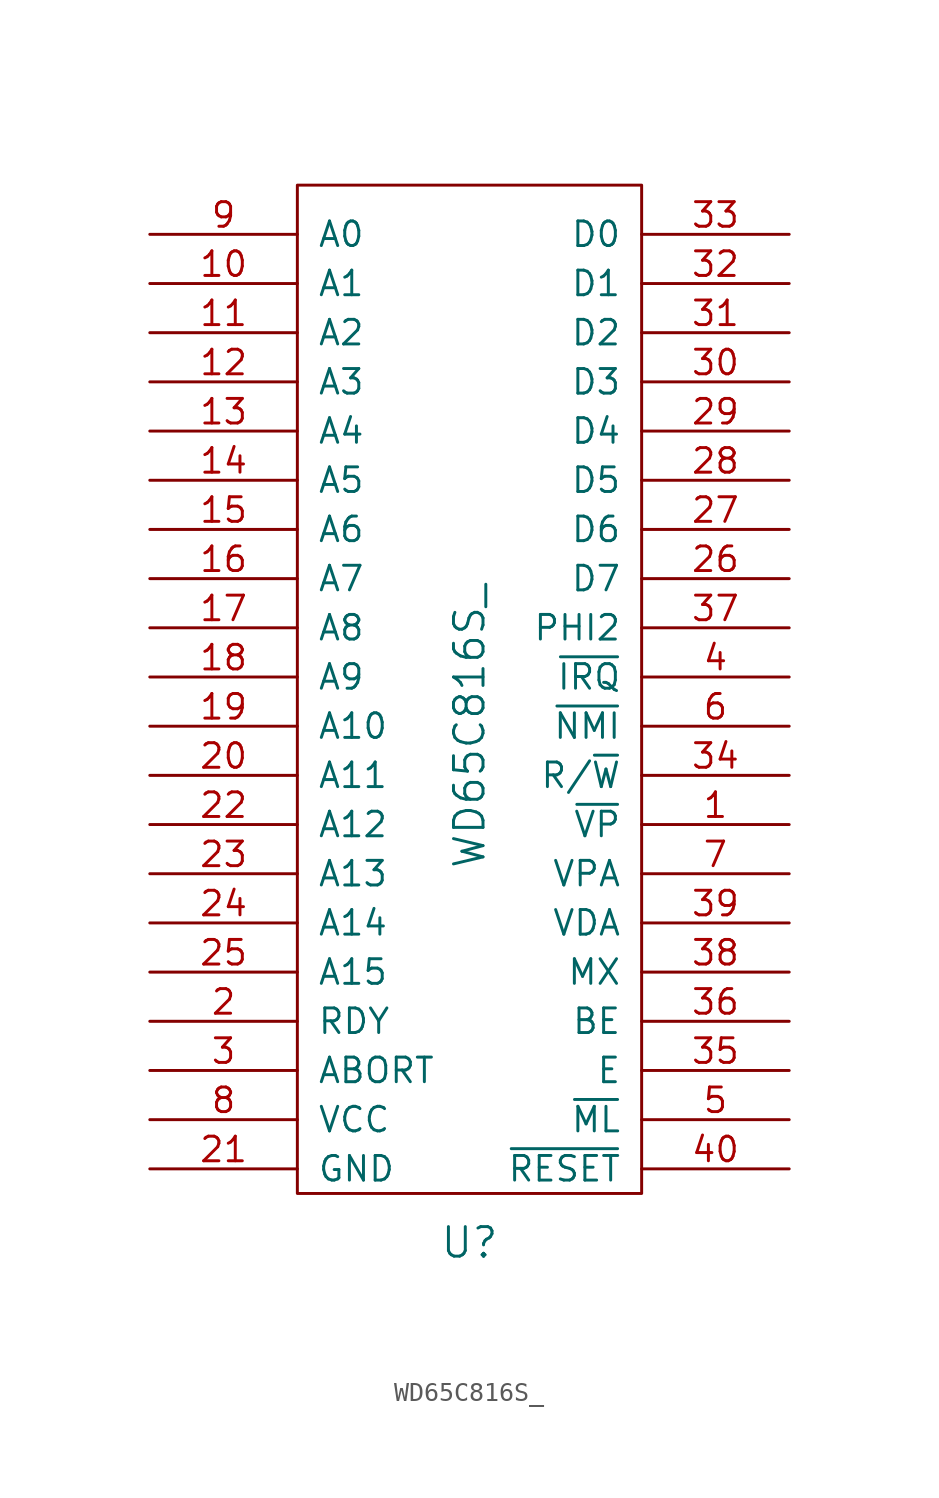
<source format=kicad_sym>
(kicad_symbol_lib
  (version 20211014)
  (generator kicad_symbol_editor)
  (symbol "WD65C816S_"
    (pin_names
      (offset 1.016))
    (property "Reference" "U"
      (at 0 -29.21 0)
      (effects (font (size 1.524 1.524))))
    (property "Value" "WD65C816S_"
      (at 0 -2.54 90)
      (effects (font (size 1.524 1.524))))
    (property "Footprint" ""
      (at -12.7 -22.86 0)
      (effects (font (size 1.524 1.524))))
    (property "Datasheet" ""
      (at -12.7 -22.86 0)
      (effects (font (size 1.524 1.524))))
    (symbol "WD65C816S__0_1"
      (rectangle (start -8.89 25.4) (end 8.89 -26.67) (stroke (width 0) (type default) (color 0 0 0 0)) (fill (type none))))
    (symbol "WD65C816S__1_1"
      (pin output line (at 16.51 -7.62 180) (length 7.62) (name "~{VP}" (effects (font (size 1.27 1.27)))) (number "1" (effects (font (size 1.27 1.27)))))
      (pin output line (at -16.51 20.32 0) (length 7.62) (name "A1" (effects (font (size 1.27 1.27)))) (number "10" (effects (font (size 1.27 1.27)))))
      (pin output line (at -16.51 17.78 0) (length 7.62) (name "A2" (effects (font (size 1.27 1.27)))) (number "11" (effects (font (size 1.27 1.27)))))
      (pin output line (at -16.51 15.24 0) (length 7.62) (name "A3" (effects (font (size 1.27 1.27)))) (number "12" (effects (font (size 1.27 1.27)))))
      (pin output line (at -16.51 12.7 0) (length 7.62) (name "A4" (effects (font (size 1.27 1.27)))) (number "13" (effects (font (size 1.27 1.27)))))
      (pin output line (at -16.51 10.16 0) (length 7.62) (name "A5" (effects (font (size 1.27 1.27)))) (number "14" (effects (font (size 1.27 1.27)))))
      (pin output line (at -16.51 7.62 0) (length 7.62) (name "A6" (effects (font (size 1.27 1.27)))) (number "15" (effects (font (size 1.27 1.27)))))
      (pin output line (at -16.51 5.08 0) (length 7.62) (name "A7" (effects (font (size 1.27 1.27)))) (number "16" (effects (font (size 1.27 1.27)))))
      (pin output line (at -16.51 2.54 0) (length 7.62) (name "A8" (effects (font (size 1.27 1.27)))) (number "17" (effects (font (size 1.27 1.27)))))
      (pin output line (at -16.51 0 0) (length 7.62) (name "A9" (effects (font (size 1.27 1.27)))) (number "18" (effects (font (size 1.27 1.27)))))
      (pin output line (at -16.51 -2.54 0) (length 7.62) (name "A10" (effects (font (size 1.27 1.27)))) (number "19" (effects (font (size 1.27 1.27)))))
      (pin bidirectional line (at -16.51 -17.78 0) (length 7.62) (name "RDY" (effects (font (size 1.27 1.27)))) (number "2" (effects (font (size 1.27 1.27)))))
      (pin output line (at -16.51 -5.08 0) (length 7.62) (name "A11" (effects (font (size 1.27 1.27)))) (number "20" (effects (font (size 1.27 1.27)))))
      (pin power_in line (at -16.51 -25.4 0) (length 7.62) (name "GND" (effects (font (size 1.27 1.27)))) (number "21" (effects (font (size 1.27 1.27)))))
      (pin output line (at -16.51 -7.62 0) (length 7.62) (name "A12" (effects (font (size 1.27 1.27)))) (number "22" (effects (font (size 1.27 1.27)))))
      (pin output line (at -16.51 -10.16 0) (length 7.62) (name "A13" (effects (font (size 1.27 1.27)))) (number "23" (effects (font (size 1.27 1.27)))))
      (pin output line (at -16.51 -12.7 0) (length 7.62) (name "A14" (effects (font (size 1.27 1.27)))) (number "24" (effects (font (size 1.27 1.27)))))
      (pin output line (at -16.51 -15.24 0) (length 7.62) (name "A15" (effects (font (size 1.27 1.27)))) (number "25" (effects (font (size 1.27 1.27)))))
      (pin tri_state line (at 16.51 5.08 180) (length 7.62) (name "D7" (effects (font (size 1.27 1.27)))) (number "26" (effects (font (size 1.27 1.27)))))
      (pin tri_state line (at 16.51 7.62 180) (length 7.62) (name "D6" (effects (font (size 1.27 1.27)))) (number "27" (effects (font (size 1.27 1.27)))))
      (pin tri_state line (at 16.51 10.16 180) (length 7.62) (name "D5" (effects (font (size 1.27 1.27)))) (number "28" (effects (font (size 1.27 1.27)))))
      (pin tri_state line (at 16.51 12.7 180) (length 7.62) (name "D4" (effects (font (size 1.27 1.27)))) (number "29" (effects (font (size 1.27 1.27)))))
      (pin input line (at -16.51 -20.32 0) (length 7.62) (name "ABORT" (effects (font (size 1.27 1.27)))) (number "3" (effects (font (size 1.27 1.27)))))
      (pin tri_state line (at 16.51 15.24 180) (length 7.62) (name "D3" (effects (font (size 1.27 1.27)))) (number "30" (effects (font (size 1.27 1.27)))))
      (pin tri_state line (at 16.51 17.78 180) (length 7.62) (name "D2" (effects (font (size 1.27 1.27)))) (number "31" (effects (font (size 1.27 1.27)))))
      (pin tri_state line (at 16.51 20.32 180) (length 7.62) (name "D1" (effects (font (size 1.27 1.27)))) (number "32" (effects (font (size 1.27 1.27)))))
      (pin tri_state line (at 16.51 22.86 180) (length 7.62) (name "D0" (effects (font (size 1.27 1.27)))) (number "33" (effects (font (size 1.27 1.27)))))
      (pin output line (at 16.51 -5.08 180) (length 7.62) (name "R/~{W}" (effects (font (size 1.27 1.27)))) (number "34" (effects (font (size 1.27 1.27)))))
      (pin output line (at 16.51 -20.32 180) (length 7.62) (name "E" (effects (font (size 1.27 1.27)))) (number "35" (effects (font (size 1.27 1.27)))))
      (pin input line (at 16.51 -17.78 180) (length 7.62) (name "BE" (effects (font (size 1.27 1.27)))) (number "36" (effects (font (size 1.27 1.27)))))
      (pin input line (at 16.51 2.54 180) (length 7.62) (name "PHI2" (effects (font (size 1.27 1.27)))) (number "37" (effects (font (size 1.27 1.27)))))
      (pin output line (at 16.51 -15.24 180) (length 7.62) (name "MX" (effects (font (size 1.27 1.27)))) (number "38" (effects (font (size 1.27 1.27)))))
      (pin output line (at 16.51 -12.7 180) (length 7.62) (name "VDA" (effects (font (size 1.27 1.27)))) (number "39" (effects (font (size 1.27 1.27)))))
      (pin input line (at 16.51 0 180) (length 7.62) (name "~{IRQ}" (effects (font (size 1.27 1.27)))) (number "4" (effects (font (size 1.27 1.27)))))
      (pin input line (at 16.51 -25.4 180) (length 7.62) (name "~{RESET}" (effects (font (size 1.27 1.27)))) (number "40" (effects (font (size 1.27 1.27)))))
      (pin output line (at 16.51 -22.86 180) (length 7.62) (name "~{ML}" (effects (font (size 1.27 1.27)))) (number "5" (effects (font (size 1.27 1.27)))))
      (pin input line (at 16.51 -2.54 180) (length 7.62) (name "~{NMI}" (effects (font (size 1.27 1.27)))) (number "6" (effects (font (size 1.27 1.27)))))
      (pin output line (at 16.51 -10.16 180) (length 7.62) (name "VPA" (effects (font (size 1.27 1.27)))) (number "7" (effects (font (size 1.27 1.27)))))
      (pin power_in line (at -16.51 -22.86 0) (length 7.62) (name "VCC" (effects (font (size 1.27 1.27)))) (number "8" (effects (font (size 1.27 1.27)))))
      (pin output line (at -16.51 22.86 0) (length 7.62) (name "A0" (effects (font (size 1.27 1.27)))) (number "9" (effects (font (size 1.27 1.27))))))))
</source>
